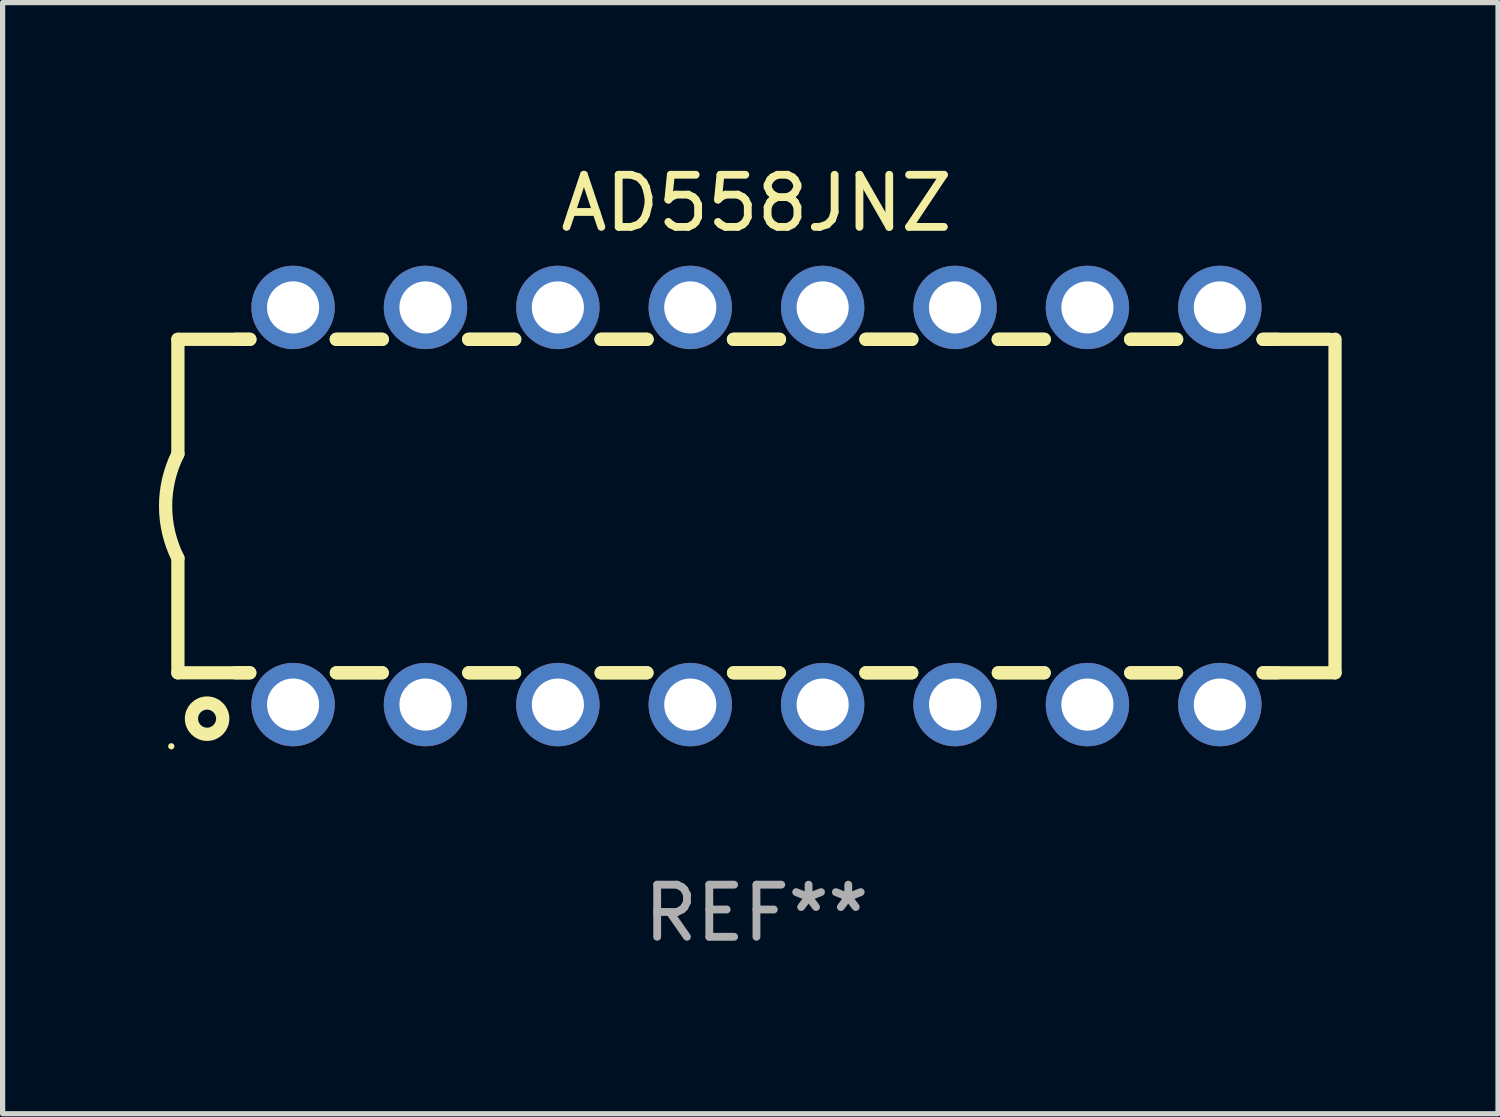
<source format=kicad_pcb>
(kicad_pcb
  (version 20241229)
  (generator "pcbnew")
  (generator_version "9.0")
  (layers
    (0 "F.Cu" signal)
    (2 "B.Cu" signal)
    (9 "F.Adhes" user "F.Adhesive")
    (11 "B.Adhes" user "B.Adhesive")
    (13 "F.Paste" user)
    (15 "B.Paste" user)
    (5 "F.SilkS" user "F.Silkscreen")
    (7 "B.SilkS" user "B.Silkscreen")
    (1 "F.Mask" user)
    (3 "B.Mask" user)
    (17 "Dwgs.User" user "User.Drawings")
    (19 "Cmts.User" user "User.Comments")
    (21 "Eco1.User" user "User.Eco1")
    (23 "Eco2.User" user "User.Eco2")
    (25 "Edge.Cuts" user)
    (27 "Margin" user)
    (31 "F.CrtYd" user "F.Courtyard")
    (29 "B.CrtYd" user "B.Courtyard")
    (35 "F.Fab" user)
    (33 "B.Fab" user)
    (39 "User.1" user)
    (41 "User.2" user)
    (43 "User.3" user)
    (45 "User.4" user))
  (footprint "AD558JNZ"
    (layer "F.Cu")
    (at 11.463 6.658)
    (property "Reference" "AD558JNZ" (at 0 -5.81 0) (layer "F.SilkS") (effects (font (size 1 1) (thickness 0.15))))
    (attr through_hole)
    (fp_line (start -11.1 -3.198) (end -9.719 -3.198) (stroke (width 0.254) (type solid)) (layer "F.SilkS"))
    (fp_line (start -11.1 -0.998) (end -11.1 -3.198) (stroke (width 0.254) (type solid)) (layer "F.SilkS"))
    (fp_line (start -11.1 3.2) (end -11.1 1) (stroke (width 0.254) (type solid)) (layer "F.SilkS"))
    (fp_line (start -11.1 3.2) (end -9.721 3.2) (stroke (width 0.254) (type solid)) (layer "F.SilkS"))
    (fp_line (start -10 -3.198) (end -9.719 -3.198) (stroke (width 0.254) (type solid)) (layer "F.SilkS"))
    (fp_line (start -10 3.2) (end -9.721 3.2) (stroke (width 0.254) (type solid)) (layer "F.SilkS"))
    (fp_line (start -8.061 -3.198) (end -7.179 -3.198) (stroke (width 0.254) (type solid)) (layer "F.SilkS"))
    (fp_line (start -8.061 -3.198) (end -7.179 -3.198) (stroke (width 0.254) (type solid)) (layer "F.SilkS"))
    (fp_line (start -8.059 3.2) (end -7.181 3.2) (stroke (width 0.254) (type solid)) (layer "F.SilkS"))
    (fp_line (start -8.059 3.2) (end -7.181 3.2) (stroke (width 0.254) (type solid)) (layer "F.SilkS"))
    (fp_line (start -5.521 -3.198) (end -4.639 -3.198) (stroke (width 0.254) (type solid)) (layer "F.SilkS"))
    (fp_line (start -5.521 -3.198) (end -4.639 -3.198) (stroke (width 0.254) (type solid)) (layer "F.SilkS"))
    (fp_line (start -5.519 3.2) (end -4.641 3.2) (stroke (width 0.254) (type solid)) (layer "F.SilkS"))
    (fp_line (start -5.519 3.2) (end -4.641 3.2) (stroke (width 0.254) (type solid)) (layer "F.SilkS"))
    (fp_line (start -2.981 -3.198) (end -2.099 -3.198) (stroke (width 0.254) (type solid)) (layer "F.SilkS"))
    (fp_line (start -2.981 -3.198) (end -2.099 -3.198) (stroke (width 0.254) (type solid)) (layer "F.SilkS"))
    (fp_line (start -2.979 3.2) (end -2.101 3.2) (stroke (width 0.254) (type solid)) (layer "F.SilkS"))
    (fp_line (start -2.979 3.2) (end -2.101 3.2) (stroke (width 0.254) (type solid)) (layer "F.SilkS"))
    (fp_line (start -0.441 -3.198) (end 0.441 -3.198) (stroke (width 0.254) (type solid)) (layer "F.SilkS"))
    (fp_line (start -0.441 -3.198) (end 0.441 -3.198) (stroke (width 0.254) (type solid)) (layer "F.SilkS"))
    (fp_line (start -0.439 3.2) (end 0.439 3.2) (stroke (width 0.254) (type solid)) (layer "F.SilkS"))
    (fp_line (start -0.439 3.2) (end 0.439 3.2) (stroke (width 0.254) (type solid)) (layer "F.SilkS"))
    (fp_line (start 2.099 -3.198) (end 2.981 -3.198) (stroke (width 0.254) (type solid)) (layer "F.SilkS"))
    (fp_line (start 2.099 -3.198) (end 2.981 -3.198) (stroke (width 0.254) (type solid)) (layer "F.SilkS"))
    (fp_line (start 2.101 3.2) (end 2.979 3.2) (stroke (width 0.254) (type solid)) (layer "F.SilkS"))
    (fp_line (start 2.101 3.2) (end 2.979 3.2) (stroke (width 0.254) (type solid)) (layer "F.SilkS"))
    (fp_line (start 4.639 -3.198) (end 5.521 -3.198) (stroke (width 0.254) (type solid)) (layer "F.SilkS"))
    (fp_line (start 4.639 -3.198) (end 5.521 -3.198) (stroke (width 0.254) (type solid)) (layer "F.SilkS"))
    (fp_line (start 4.641 3.2) (end 5.519 3.2) (stroke (width 0.254) (type solid)) (layer "F.SilkS"))
    (fp_line (start 4.641 3.2) (end 5.519 3.2) (stroke (width 0.254) (type solid)) (layer "F.SilkS"))
    (fp_line (start 7.179 -3.198) (end 8.061 -3.198) (stroke (width 0.254) (type solid)) (layer "F.SilkS"))
    (fp_line (start 7.179 -3.198) (end 8.061 -3.198) (stroke (width 0.254) (type solid)) (layer "F.SilkS"))
    (fp_line (start 7.181 3.2) (end 8.059 3.2) (stroke (width 0.254) (type solid)) (layer "F.SilkS"))
    (fp_line (start 7.181 3.2) (end 8.059 3.2) (stroke (width 0.254) (type solid)) (layer "F.SilkS"))
    (fp_line (start 9.719 -3.198) (end 10 -3.198) (stroke (width 0.254) (type solid)) (layer "F.SilkS"))
    (fp_line (start 9.719 -3.198) (end 11 -3.198) (stroke (width 0.254) (type solid)) (layer "F.SilkS"))
    (fp_line (start 9.721 3.2) (end 11.1 3.2) (stroke (width 0.254) (type solid)) (layer "F.SilkS"))
    (fp_line (start 9.721 3.2) (end 10 3.2) (stroke (width 0.254) (type solid)) (layer "F.SilkS"))
    (fp_line (start 11.1 3.2) (end 11.1 -3.2) (stroke (width 0.254) (type solid)) (layer "F.SilkS"))
    (fp_arc (start -11.099823 1.000762) (mid -11.335827 0.001303) (end -11.1 -0.998197) (stroke (width 0.254001) (type solid)) (layer "F.SilkS"))
    (fp_circle (center -11.227 4.61) (end -11.197 4.61) (stroke (width 0.06) (type solid)) (fill no) (layer "F.SilkS"))
    (fp_circle (center -10.54 4.08) (end -10.24 4.08) (stroke (width 0.254) (type solid)) (fill no) (layer "F.SilkS"))
    (fp_text user "REF**" (at 0 7.81 0) (layer "F.Fab") (effects (font (size 1 1) (thickness 0.15))))
    (pad "1" thru_hole circle (at -8.89 3.81) (size 1.6 1.6) (drill 1) (layers "*.Cu" "*.Mask"))
    (pad "2" thru_hole circle (at -6.35 3.81) (size 1.6 1.6) (drill 1) (layers "*.Cu" "*.Mask"))
    (pad "3" thru_hole circle (at -3.81 3.81) (size 1.6 1.6) (drill 1) (layers "*.Cu" "*.Mask"))
    (pad "4" thru_hole circle (at -1.27 3.81) (size 1.6 1.6) (drill 1) (layers "*.Cu" "*.Mask"))
    (pad "5" thru_hole circle (at 1.27 3.81) (size 1.6 1.6) (drill 1) (layers "*.Cu" "*.Mask"))
    (pad "6" thru_hole circle (at 3.81 3.81) (size 1.6 1.6) (drill 1) (layers "*.Cu" "*.Mask"))
    (pad "7" thru_hole circle (at 6.35 3.81) (size 1.6 1.6) (drill 1) (layers "*.Cu" "*.Mask"))
    (pad "8" thru_hole circle (at 8.89 3.81) (size 1.6 1.6) (drill 1) (layers "*.Cu" "*.Mask"))
    (pad "9" thru_hole circle (at 8.89 -3.81) (size 1.6 1.6) (drill 1) (layers "*.Cu" "*.Mask"))
    (pad "10" thru_hole circle (at 6.35 -3.81) (size 1.6 1.6) (drill 1) (layers "*.Cu" "*.Mask"))
    (pad "11" thru_hole circle (at 3.81 -3.81) (size 1.6 1.6) (drill 1) (layers "*.Cu" "*.Mask"))
    (pad "12" thru_hole circle (at 1.27 -3.81) (size 1.6 1.6) (drill 1) (layers "*.Cu" "*.Mask"))
    (pad "13" thru_hole circle (at -1.27 -3.81) (size 1.6 1.6) (drill 1) (layers "*.Cu" "*.Mask"))
    (pad "14" thru_hole circle (at -3.81 -3.81) (size 1.6 1.6) (drill 1) (layers "*.Cu" "*.Mask"))
    (pad "15" thru_hole circle (at -6.35 -3.81) (size 1.6 1.6) (drill 1) (layers "*.Cu" "*.Mask"))
    (pad "16" thru_hole circle (at -8.89 -3.81) (size 1.6 1.6) (drill 1) (layers "*.Cu" "*.Mask")))
  (gr_rect
    (start -3 -3)
    (end 25.69 18.317)
    (stroke (width 0.1) (type default))
    (fill no)
    (layer "Edge.Cuts")))
</source>
